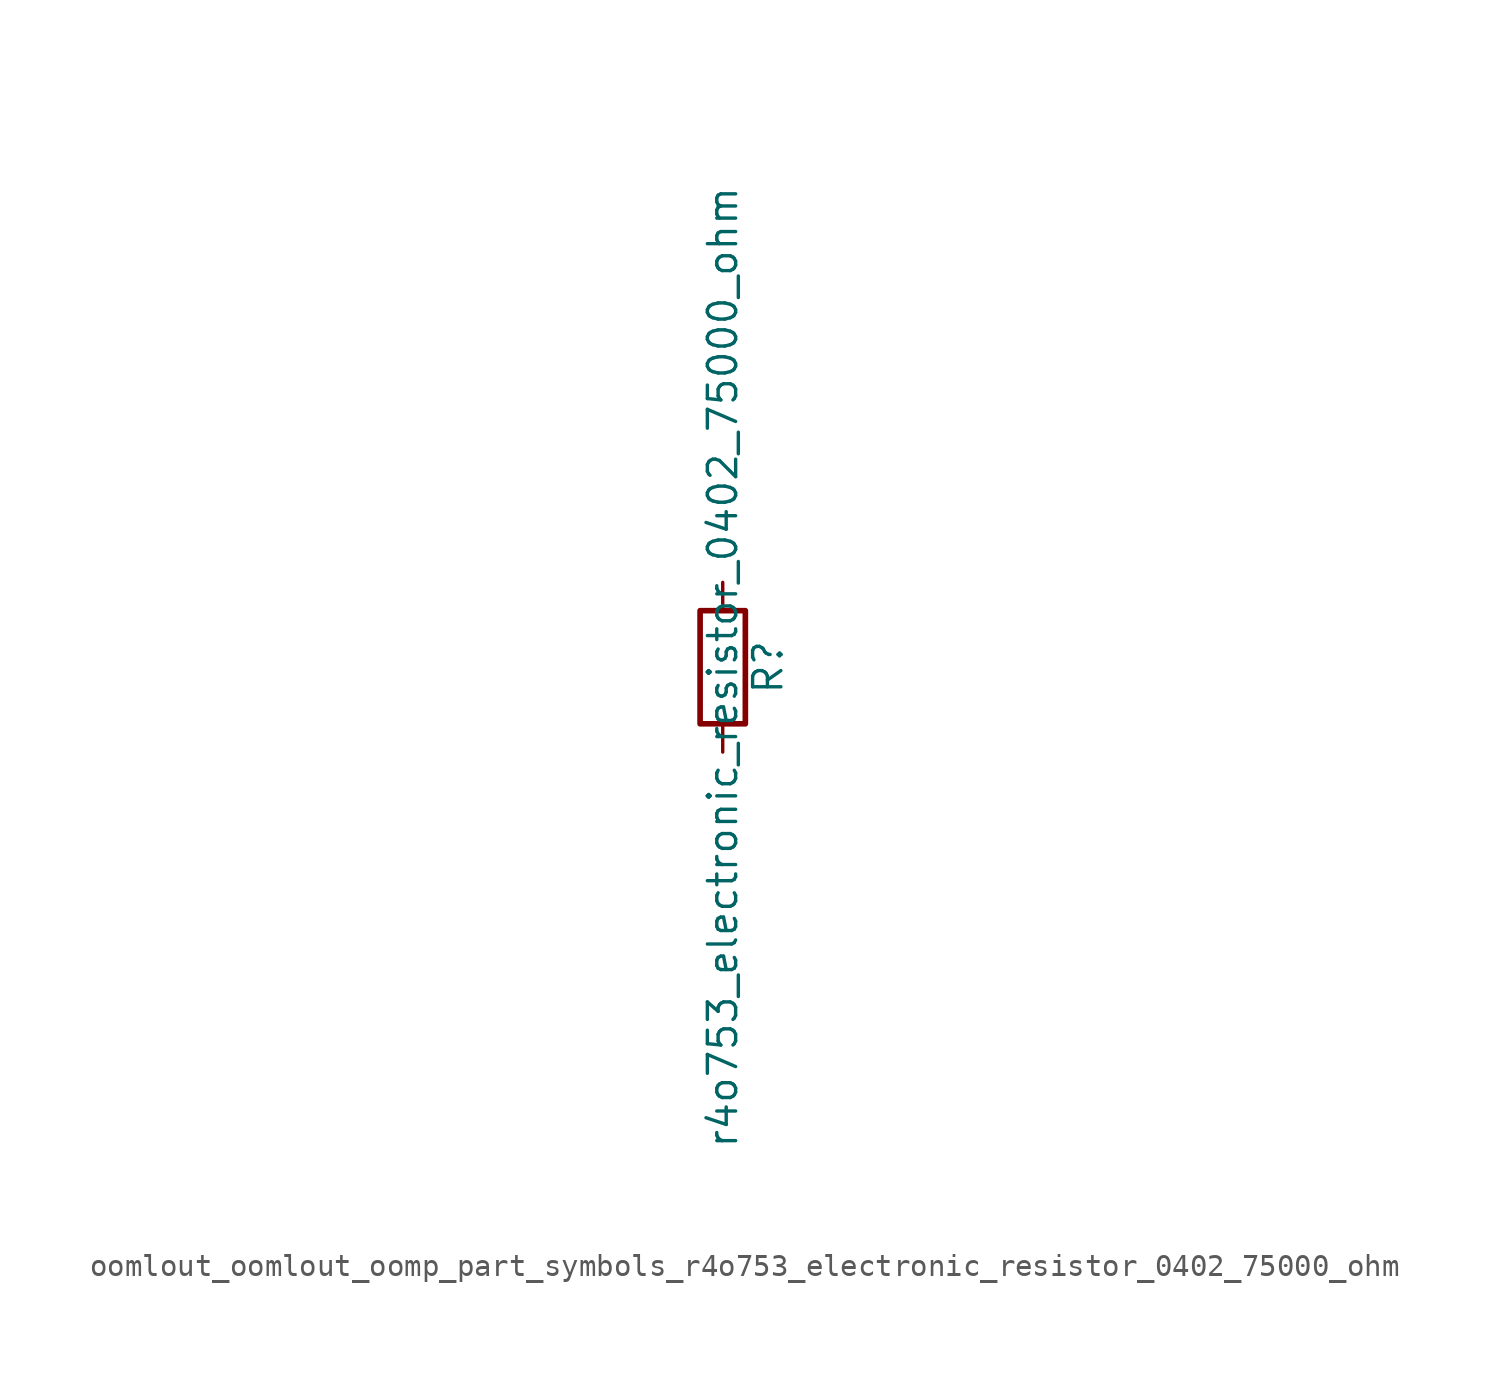
<source format=kicad_sym>
(kicad_symbol_lib
  (version 20220914)
  (generator kicad_symbol_editor)
  (symbol "oomlout_oomlout_oomp_part_symbols_r4o753_electronic_resistor_0402_75000_ohm"
    (pin_numbers hide)
    (pin_names
      (offset 0))
    (property "Reference" "R"
      (at 2.032 0 90)
      (effects (font (size 1.27 1.27))))
    (property "Value" "r4o753_electronic_resistor_0402_75000_ohm"
      (at 0 0 90)
      (effects (font (size 1.27 1.27))))
    (symbol "oomlout_oomlout_oomp_part_symbols_r4o753_electronic_resistor_0402_75000_ohm_0_1"
      (rectangle (start -1.016 -2.54) (end 1.016 2.54) (stroke (width 0.254) (type default)) (fill (type none))))
    (symbol "oomlout_oomlout_oomp_part_symbols_r4o753_electronic_resistor_0402_75000_ohm_1_1"
      (pin passive line (at 0 3.81 270) (length 1.27) (name "~" (effects (font (size 1.27 1.27)))) (number "1" (effects (font (size 1.27 1.27)))))
      (pin passive line (at 0 -3.81 90) (length 1.27) (name "~" (effects (font (size 1.27 1.27)))) (number "2" (effects (font (size 1.27 1.27))))))))
</source>
